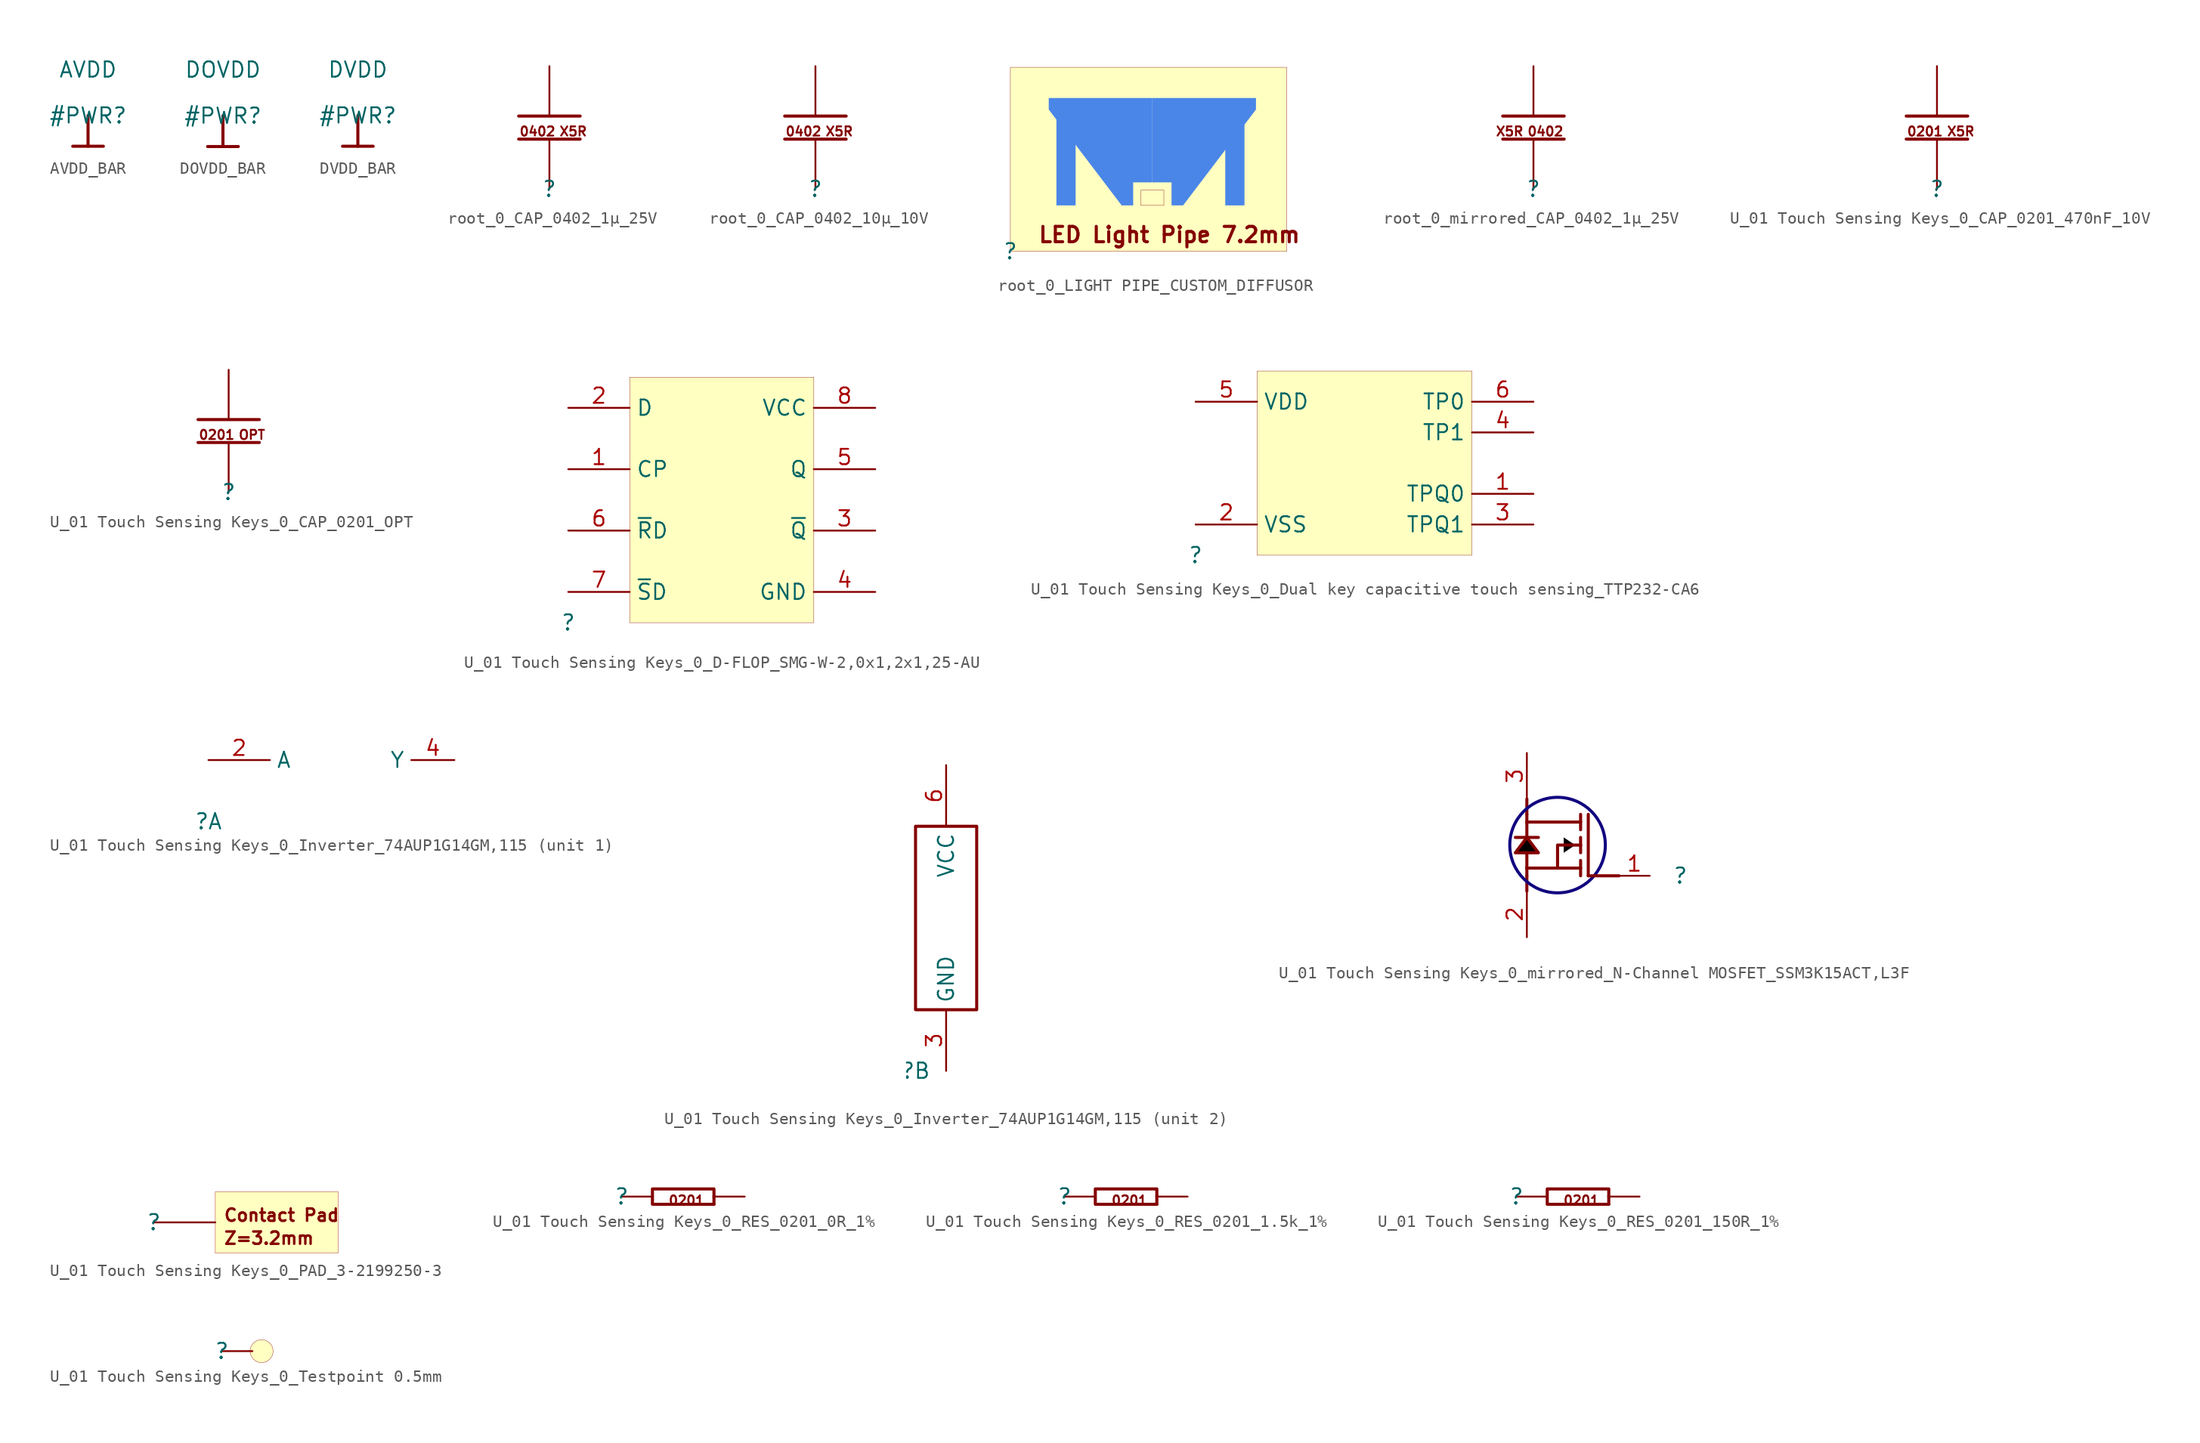
<source format=kicad_sym>
(kicad_symbol_lib
  (version 20231120)
  (generator "kicad_symbol_editor")
  (generator_version "8.0")
  (symbol "AVDD_BAR"
    (power)
    (property "Reference" "#PWR"
      (at 0 0 0)
      (effects (font (size 1.27 1.27))))
    (property "Value" "AVDD"
      (at 0 3.81 0)
      (effects (font (size 1.27 1.27))))
    (symbol "AVDD_BAR_0_0"
      (polyline (pts (xy -1.27 -2.54) (xy 1.27 -2.54)) (stroke (width 0.254) (type solid)) (fill (type none)))
      (polyline (pts (xy 0 0) (xy 0 -2.54)) (stroke (width 0.254) (type solid)) (fill (type none)))
      (pin power_in line (at 0 0 0) (length 0) hide (name "AVDD" (effects (font (size 1.27 1.27)))) (number "" (effects (font (size 1.27 1.27)))))))
  (symbol "DOVDD_BAR"
    (power)
    (property "Reference" "#PWR"
      (at 0 0 0)
      (effects (font (size 1.27 1.27))))
    (property "Value" "DOVDD"
      (at 0 3.81 0)
      (effects (font (size 1.27 1.27))))
    (symbol "DOVDD_BAR_0_0"
      (polyline (pts (xy -1.27 -2.54) (xy 1.27 -2.54)) (stroke (width 0.254) (type solid)) (fill (type none)))
      (polyline (pts (xy 0 0) (xy 0 -2.54)) (stroke (width 0.254) (type solid)) (fill (type none)))
      (pin power_in line (at 0 0 0) (length 0) hide (name "DOVDD" (effects (font (size 1.27 1.27)))) (number "" (effects (font (size 1.27 1.27)))))))
  (symbol "DVDD_BAR"
    (power)
    (property "Reference" "#PWR"
      (at 0 0 0)
      (effects (font (size 1.27 1.27))))
    (property "Value" "DVDD"
      (at 0 3.81 0)
      (effects (font (size 1.27 1.27))))
    (symbol "DVDD_BAR_0_0"
      (polyline (pts (xy -1.27 -2.54) (xy 1.27 -2.54)) (stroke (width 0.254) (type solid)) (fill (type none)))
      (polyline (pts (xy 0 0) (xy 0 -2.54)) (stroke (width 0.254) (type solid)) (fill (type none)))
      (pin power_in line (at 0 0 0) (length 0) hide (name "DVDD" (effects (font (size 1.27 1.27)))) (number "" (effects (font (size 1.27 1.27)))))))
  (symbol "root_0_CAP_0402_1µ_25V"
    (property "Reference" ""
      (at 0 0 0)
      (effects (font (size 1.27 1.27))))
    (property "Value" ""
      (at 0 0 0)
      (effects (font (size 1.27 1.27))))
    (symbol "root_0_CAP_0402_1µ_25V_1_0"
      (polyline (pts (xy -2.54 4.128) (xy 2.54 4.128)) (stroke (width 0.254) (type solid)) (fill (type none)))
      (polyline (pts (xy -2.54 6.033) (xy 2.54 6.033)) (stroke (width 0.254) (type solid)) (fill (type none)))
      (text "0402" (at -2.54 4.318 0) (effects (font (size 0.762 0.762)) (justify left bottom)))
      (text "X5R" (at 0.762 4.318 0) (effects (font (size 0.762 0.762)) (justify left bottom)))
      (pin passive line (at 0 10.16 270) (length 4.064) (name "1" (effects (font (size 0 0)))) (number "1" (effects (font (size 0 0)))))
      (pin passive line (at 0 0 90) (length 4.064) (name "2" (effects (font (size 0 0)))) (number "2" (effects (font (size 0 0)))))))
  (symbol "root_0_CAP_0402_10µ_10V"
    (property "Reference" ""
      (at 0 0 0)
      (effects (font (size 1.27 1.27))))
    (property "Value" ""
      (at 0 0 0)
      (effects (font (size 1.27 1.27))))
    (symbol "root_0_CAP_0402_10µ_10V_1_0"
      (polyline (pts (xy -2.54 4.128) (xy 2.54 4.128)) (stroke (width 0.254) (type solid)) (fill (type none)))
      (polyline (pts (xy -2.54 6.033) (xy 2.54 6.033)) (stroke (width 0.254) (type solid)) (fill (type none)))
      (text "0402" (at -2.54 4.318 0) (effects (font (size 0.762 0.762)) (justify left bottom)))
      (text "X5R" (at 0.762 4.318 0) (effects (font (size 0.762 0.762)) (justify left bottom)))
      (pin passive line (at 0 10.16 270) (length 4.064) (name "1" (effects (font (size 0 0)))) (number "1" (effects (font (size 0 0)))))
      (pin passive line (at 0 0 90) (length 4.064) (name "2" (effects (font (size 0 0)))) (number "2" (effects (font (size 0 0)))))))
  (symbol "root_0_LIGHT PIPE_CUSTOM_DIFFUSOR"
    (property "Reference" ""
      (at 0 0 0)
      (effects (font (size 1.27 1.27))))
    (property "Value" ""
      (at 0 0 0)
      (effects (font (size 1.27 1.27))))
    (symbol "root_0_LIGHT PIPE_CUSTOM_DIFFUSOR_1_0"
      (polyline (pts (xy 5.398 9.208) (xy 5.398 3.81) (xy 3.81 3.81) (xy 3.81 11.113) (xy 4.763 9.843) (xy 5.398 9.208)) (stroke (width -0.0001) (type solid) (color 74 134 232 1)) (fill (type outline)))
      (polyline (pts (xy 17.78 9.208) (xy 17.78 3.81) (xy 19.368 3.81) (xy 19.368 11.113) (xy 18.415 9.843) (xy 17.78 9.208)) (stroke (width -0.0001) (type solid) (color 74 134 232 1)) (fill (type outline)))
      (polyline (pts (xy 11.748 5.715) (xy 11.748 5.715) (xy 10.16 5.715) (xy 10.16 3.81) (xy 9.208 3.81) (xy 3.175 11.748) (xy 3.175 12.7) (xy 11.748 12.7) (xy 11.748 5.715) (xy 11.748 5.715) (xy 11.748 5.715)) (stroke (width -0.0001) (type solid) (color 74 134 232 1)) (fill (type outline)))
      (polyline (pts (xy 11.748 5.715) (xy 11.748 5.715) (xy 13.335 5.715) (xy 13.335 3.81) (xy 14.288 3.81) (xy 20.32 11.748) (xy 20.32 12.7) (xy 11.748 12.7) (xy 11.748 5.715) (xy 11.748 5.715) (xy 11.748 5.715)) (stroke (width -0.0001) (type solid) (color 74 134 232 1)) (fill (type outline)))
      (rectangle (start 12.7 5.08) (end 10.795 3.81) (stroke (width 0.025) (type solid) (color 128 0 0 1)) (fill (type color) (color 0 255 0 1)))
      (rectangle (start 22.86 15.24) (end 0 0) (stroke (width 0.025) (type solid) (color 128 0 0 1)) (fill (type background)))
      (text "LED Light Pipe 7.2mm" (at 2.223 0.635 0) (effects (font (size 1.27 1.27) (bold yes)) (justify left bottom)))))
  (symbol "root_0_mirrored_CAP_0402_1µ_25V"
    (property "Reference" ""
      (at 0 0 0)
      (effects (font (size 1.27 1.27))))
    (property "Value" ""
      (at 0 0 0)
      (effects (font (size 1.27 1.27))))
    (symbol "root_0_mirrored_CAP_0402_1µ_25V_1_0"
      (polyline (pts (xy 2.54 4.128) (xy -2.54 4.128)) (stroke (width 0.254) (type solid)) (fill (type none)))
      (polyline (pts (xy 2.54 6.033) (xy -2.54 6.033)) (stroke (width 0.254) (type solid)) (fill (type none)))
      (text "0402" (at 2.54 4.318 0) (effects (font (size 0.762 0.762)) (justify right bottom)))
      (text "X5R" (at -0.762 4.318 0) (effects (font (size 0.762 0.762)) (justify right bottom)))
      (pin passive line (at 0 10.16 270) (length 4.064) (name "1" (effects (font (size 0 0)))) (number "1" (effects (font (size 0 0)))))
      (pin passive line (at 0 0 90) (length 4.064) (name "2" (effects (font (size 0 0)))) (number "2" (effects (font (size 0 0)))))))
  (symbol "U_01 Touch Sensing Keys_0_CAP_0201_470nF_10V"
    (property "Reference" ""
      (at 0 0 0)
      (effects (font (size 1.27 1.27))))
    (property "Value" ""
      (at 0 0 0)
      (effects (font (size 1.27 1.27))))
    (symbol "U_01 Touch Sensing Keys_0_CAP_0201_470nF_10V_1_0"
      (polyline (pts (xy -2.54 4.128) (xy 2.54 4.128)) (stroke (width 0.254) (type solid)) (fill (type none)))
      (polyline (pts (xy -2.54 6.033) (xy 2.54 6.033)) (stroke (width 0.254) (type solid)) (fill (type none)))
      (text "0201" (at -2.54 4.318 0) (effects (font (size 0.762 0.762)) (justify left bottom)))
      (text "X5R" (at 0.762 4.318 0) (effects (font (size 0.762 0.762)) (justify left bottom)))
      (pin passive line (at 0 10.16 270) (length 4.064) (name "1" (effects (font (size 0 0)))) (number "1" (effects (font (size 0 0)))))
      (pin passive line (at 0 0 90) (length 4.064) (name "2" (effects (font (size 0 0)))) (number "2" (effects (font (size 0 0)))))))
  (symbol "U_01 Touch Sensing Keys_0_CAP_0201_OPT"
    (property "Reference" ""
      (at 0 0 0)
      (effects (font (size 1.27 1.27))))
    (property "Value" ""
      (at 0 0 0)
      (effects (font (size 1.27 1.27))))
    (symbol "U_01 Touch Sensing Keys_0_CAP_0201_OPT_1_0"
      (polyline (pts (xy -2.54 4.128) (xy 2.54 4.128)) (stroke (width 0.254) (type solid)) (fill (type none)))
      (polyline (pts (xy -2.54 6.033) (xy 2.54 6.033)) (stroke (width 0.254) (type solid)) (fill (type none)))
      (text "0201" (at -2.54 4.318 0) (effects (font (size 0.762 0.762)) (justify left bottom)))
      (text "OPT" (at 0.762 4.318 0) (effects (font (size 0.762 0.762)) (justify left bottom)))
      (pin passive line (at 0 10.16 270) (length 4.064) (name "1" (effects (font (size 0 0)))) (number "1" (effects (font (size 0 0)))))
      (pin passive line (at 0 0 90) (length 4.064) (name "2" (effects (font (size 0 0)))) (number "2" (effects (font (size 0 0)))))))
  (symbol "U_01 Touch Sensing Keys_0_D-FLOP_SMG-W-2,0x1,2x1,25-AU"
    (property "Reference" ""
      (at 0 0 0)
      (effects (font (size 1.27 1.27))))
    (property "Value" ""
      (at 0 0 0)
      (effects (font (size 1.27 1.27))))
    (symbol "U_01 Touch Sensing Keys_0_D-FLOP_SMG-W-2,0x1,2x1,25-AU_1_0"
      (rectangle (start 20.32 20.32) (end 5.08 0) (stroke (width 0.025) (type solid) (color 128 0 0 1)) (fill (type background)))
      (pin passive line (at 0 12.7 0) (length 5.08) (name "CP" (effects (font (size 1.27 1.27)))) (number "1" (effects (font (size 1.27 1.27)))))
      (pin passive line (at 0 17.78 0) (length 5.08) (name "D" (effects (font (size 1.27 1.27)))) (number "2" (effects (font (size 1.27 1.27)))))
      (pin passive line (at 25.4 7.62 180) (length 5.08) (name "~{Q}" (effects (font (size 1.27 1.27)))) (number "3" (effects (font (size 1.27 1.27)))))
      (pin passive line (at 25.4 2.54 180) (length 5.08) (name "GND" (effects (font (size 1.27 1.27)))) (number "4" (effects (font (size 1.27 1.27)))))
      (pin passive line (at 25.4 12.7 180) (length 5.08) (name "Q" (effects (font (size 1.27 1.27)))) (number "5" (effects (font (size 1.27 1.27)))))
      (pin passive line (at 0 7.62 0) (length 5.08) (name "~{R}D" (effects (font (size 1.27 1.27)))) (number "6" (effects (font (size 1.27 1.27)))))
      (pin passive line (at 0 2.54 0) (length 5.08) (name "~{S}D" (effects (font (size 1.27 1.27)))) (number "7" (effects (font (size 1.27 1.27)))))
      (pin passive line (at 25.4 17.78 180) (length 5.08) (name "VCC" (effects (font (size 1.27 1.27)))) (number "8" (effects (font (size 1.27 1.27)))))))
  (symbol "U_01 Touch Sensing Keys_0_Dual key capacitive touch sensing_TTP232-CA6"
    (property "Reference" ""
      (at 0 0 0)
      (effects (font (size 1.27 1.27))))
    (property "Value" ""
      (at 0 0 0)
      (effects (font (size 1.27 1.27))))
    (symbol "U_01 Touch Sensing Keys_0_Dual key capacitive touch sensing_TTP232-CA6_1_0"
      (rectangle (start 22.86 15.24) (end 5.08 0) (stroke (width 0.025) (type solid) (color 128 0 0 1)) (fill (type background)))
      (pin output line (at 27.94 5.08 180) (length 5.08) (name "TPQ0" (effects (font (size 1.27 1.27)))) (number "1" (effects (font (size 1.27 1.27)))))
      (pin passive line (at 0 2.54 0) (length 5.08) (name "VSS" (effects (font (size 1.27 1.27)))) (number "2" (effects (font (size 1.27 1.27)))))
      (pin output line (at 27.94 2.54 180) (length 5.08) (name "TPQ1" (effects (font (size 1.27 1.27)))) (number "3" (effects (font (size 1.27 1.27)))))
      (pin passive line (at 27.94 10.16 180) (length 5.08) (name "TP1" (effects (font (size 1.27 1.27)))) (number "4" (effects (font (size 1.27 1.27)))))
      (pin passive line (at 0 12.7 0) (length 5.08) (name "VDD" (effects (font (size 1.27 1.27)))) (number "5" (effects (font (size 1.27 1.27)))))
      (pin passive line (at 27.94 12.7 180) (length 5.08) (name "TP0" (effects (font (size 1.27 1.27)))) (number "6" (effects (font (size 1.27 1.27)))))))
  (symbol "U_01 Touch Sensing Keys_0_Inverter_74AUP1G14GM,115"
    (property "Reference" ""
      (at 0 0 0)
      (effects (font (size 1.27 1.27))))
    (property "Value" ""
      (at 0 0 0)
      (effects (font (size 1.27 1.27))))
    (symbol "U_01 Touch Sensing Keys_0_Inverter_74AUP1G14GM,115_1_0"
      (pin passive line (at 0 5.08 0) (length 5.08) (name "A" (effects (font (size 1.27 1.27)))) (number "2" (effects (font (size 1.27 1.27)))))
      (pin passive line (at 20.32 5.08 180) (length 3.556) (name "Y" (effects (font (size 1.27 1.27)))) (number "4" (effects (font (size 1.27 1.27))))))
    (symbol "U_01 Touch Sensing Keys_0_Inverter_74AUP1G14GM,115_2_0"
      (polyline (pts (xy 0 20.32) (xy 0 5.08) (xy 5.08 5.08) (xy 5.08 20.32) (xy 0 20.32)) (stroke (width 0.254) (type solid)) (fill (type none)))
      (pin passive line (at 2.54 0 90) (length 5.08) (name "GND" (effects (font (size 1.27 1.27)))) (number "3" (effects (font (size 1.27 1.27)))))
      (pin passive line (at 2.54 25.4 270) (length 5.08) (name "VCC" (effects (font (size 1.27 1.27)))) (number "6" (effects (font (size 1.27 1.27)))))))
  (symbol "U_01 Touch Sensing Keys_0_mirrored_N-Channel MOSFET_SSM3K15ACT,L3F"
    (property "Reference" ""
      (at 0 0 0)
      (effects (font (size 1.27 1.27))))
    (property "Value" ""
      (at 0 0 0)
      (effects (font (size 1.27 1.27))))
    (symbol "U_01 Touch Sensing Keys_0_mirrored_N-Channel MOSFET_SSM3K15ACT,L3F_1_0"
      (circle (center -10.16 2.54) (radius 3.952) (stroke (width 0.254) (type solid) (color 17 3 127 1)) (fill (type none)))
      (polyline (pts (xy -12.7 0) (xy -12.7 -1.27)) (stroke (width 0.254) (type solid)) (fill (type none)))
      (polyline (pts (xy -12.7 0.635) (xy -12.7 0)) (stroke (width 0.254) (type solid)) (fill (type none)))
      (polyline (pts (xy -12.7 0.635) (xy -12.7 1.905)) (stroke (width 0.254) (type solid)) (fill (type none)))
      (polyline (pts (xy -12.7 3.175) (xy -13.652 3.175)) (stroke (width 0.254) (type solid)) (fill (type none)))
      (polyline (pts (xy -12.7 3.175) (xy -11.747 3.175)) (stroke (width 0.254) (type solid)) (fill (type none)))
      (polyline (pts (xy -12.7 4.445) (xy -12.7 3.175)) (stroke (width 0.254) (type solid)) (fill (type none)))
      (polyline (pts (xy -12.7 4.445) (xy -12.7 5.08)) (stroke (width 0.254) (type solid)) (fill (type none)))
      (polyline (pts (xy -12.7 5.08) (xy -12.7 6.35)) (stroke (width 0.254) (type solid)) (fill (type none)))
      (polyline (pts (xy -10.16 0.635) (xy -12.7 0.635)) (stroke (width 0.254) (type solid)) (fill (type none)))
      (polyline (pts (xy -8.255 0.635) (xy -8.255 0)) (stroke (width 0.254) (type solid)) (fill (type none)))
      (polyline (pts (xy -8.255 0.635) (xy -8.255 1.27)) (stroke (width 0.254) (type solid)) (fill (type none)))
      (polyline (pts (xy -8.255 2.54) (xy -8.255 1.905)) (stroke (width 0.254) (type solid)) (fill (type none)))
      (polyline (pts (xy -8.255 2.54) (xy -8.255 3.175)) (stroke (width 0.254) (type solid)) (fill (type none)))
      (polyline (pts (xy -8.255 4.445) (xy -12.7 4.445)) (stroke (width 0.254) (type solid)) (fill (type none)))
      (polyline (pts (xy -8.255 4.445) (xy -8.255 3.81)) (stroke (width 0.254) (type solid)) (fill (type none)))
      (polyline (pts (xy -8.255 4.445) (xy -8.255 5.08)) (stroke (width 0.254) (type solid)) (fill (type none)))
      (polyline (pts (xy -7.62 0) (xy -7.62 5.08)) (stroke (width 0.254) (type solid)) (fill (type none)))
      (polyline (pts (xy -5.08 0) (xy -7.62 0)) (stroke (width 0.254) (type solid)) (fill (type none)))
      (polyline (pts (xy -12.7 1.905) (xy -13.652 1.905) (xy -12.7 3.175)) (stroke (width 0.254) (type solid)) (fill (type none)))
      (polyline (pts (xy -12.7 1.905) (xy -11.747 1.905) (xy -12.7 3.175)) (stroke (width 0.254) (type solid)) (fill (type none)))
      (polyline (pts (xy -13.652 1.905) (xy -11.747 1.905) (xy -12.7 3.175) (xy -13.652 1.905)) (stroke (width -0.0001) (type solid) (color 0 0 0 1)) (fill (type outline)))
      (polyline (pts (xy -8.255 2.54) (xy -10.16 2.54) (xy -10.16 0.635) (xy -8.255 0.635)) (stroke (width 0.254) (type solid)) (fill (type none)))
      (polyline (pts (xy -9.652 2.54) (xy -9.652 1.905) (xy -8.699 2.54) (xy -9.652 3.175) (xy -9.652 2.54)) (stroke (width -0.0001) (type solid) (color 0 0 0 1)) (fill (type outline)))
      (pin passive line (at -2.54 0 180) (length 2.54) (name "G" (effects (font (size 0 0)))) (number "1" (effects (font (size 1.27 1.27)))))
      (pin passive line (at -12.7 -5.08 90) (length 3.81) (name "S" (effects (font (size 0 0)))) (number "2" (effects (font (size 1.27 1.27)))))
      (pin passive line (at -12.7 10.16 270) (length 3.81) (name "D" (effects (font (size 0 0)))) (number "3" (effects (font (size 1.27 1.27)))))))
  (symbol "U_01 Touch Sensing Keys_0_PAD_3-2199250-3"
    (property "Reference" ""
      (at 0 0 0)
      (effects (font (size 1.27 1.27))))
    (property "Value" ""
      (at 0 0 0)
      (effects (font (size 1.27 1.27))))
    (symbol "U_01 Touch Sensing Keys_0_PAD_3-2199250-3_1_0"
      (rectangle (start 15.24 2.54) (end 5.08 -2.54) (stroke (width 0.025) (type solid) (color 152 0 0 1)) (fill (type background)))
      (text "Contact Pad" (at 5.715 0 0) (effects (font (size 1.016 1.016) (bold yes)) (justify left bottom)))
      (text "Z=3.2mm" (at 5.715 -1.905 0) (effects (font (size 1.016 1.016) (bold yes)) (justify left bottom)))
      (pin passive line (at 0 0 0) (length 5.08) (name "1" (effects (font (size 0 0)))) (number "1" (effects (font (size 0 0)))))))
  (symbol "U_01 Touch Sensing Keys_0_RES_0201_0R_1%"
    (property "Reference" ""
      (at 0 0 0)
      (effects (font (size 1.27 1.27))))
    (property "Value" ""
      (at 0 0 0)
      (effects (font (size 1.27 1.27))))
    (symbol "U_01 Touch Sensing Keys_0_RES_0201_0R_1%_1_0"
      (polyline (pts (xy 7.62 -0.635) (xy 7.62 0)) (stroke (width 0.254) (type solid)) (fill (type none)))
      (polyline (pts (xy 7.62 0) (xy 7.62 0.635) (xy 2.54 0.635) (xy 2.54 -0.635) (xy 7.62 -0.635)) (stroke (width 0.254) (type solid)) (fill (type none)))
      (text "0201" (at 3.81 -0.762 0) (effects (font (size 0.762 0.762)) (justify left bottom)))
      (pin passive line (at 0 0 0) (length 2.54) (name "1" (effects (font (size 0 0)))) (number "1" (effects (font (size 0 0)))))
      (pin passive line (at 10.16 0 180) (length 2.54) (name "2" (effects (font (size 0 0)))) (number "2" (effects (font (size 0 0)))))))
  (symbol "U_01 Touch Sensing Keys_0_RES_0201_1.5k_1%"
    (property "Reference" ""
      (at 0 0 0)
      (effects (font (size 1.27 1.27))))
    (property "Value" ""
      (at 0 0 0)
      (effects (font (size 1.27 1.27))))
    (symbol "U_01 Touch Sensing Keys_0_RES_0201_1.5k_1%_1_0"
      (polyline (pts (xy 7.62 -0.635) (xy 7.62 0)) (stroke (width 0.254) (type solid)) (fill (type none)))
      (polyline (pts (xy 7.62 0) (xy 7.62 0.635) (xy 2.54 0.635) (xy 2.54 -0.635) (xy 7.62 -0.635)) (stroke (width 0.254) (type solid)) (fill (type none)))
      (text "0201" (at 3.81 -0.762 0) (effects (font (size 0.762 0.762)) (justify left bottom)))
      (pin passive line (at 0 0 0) (length 2.54) (name "1" (effects (font (size 0 0)))) (number "1" (effects (font (size 0 0)))))
      (pin passive line (at 10.16 0 180) (length 2.54) (name "2" (effects (font (size 0 0)))) (number "2" (effects (font (size 0 0)))))))
  (symbol "U_01 Touch Sensing Keys_0_RES_0201_150R_1%"
    (property "Reference" ""
      (at 0 0 0)
      (effects (font (size 1.27 1.27))))
    (property "Value" ""
      (at 0 0 0)
      (effects (font (size 1.27 1.27))))
    (symbol "U_01 Touch Sensing Keys_0_RES_0201_150R_1%_1_0"
      (polyline (pts (xy 7.62 -0.635) (xy 7.62 0)) (stroke (width 0.254) (type solid)) (fill (type none)))
      (polyline (pts (xy 7.62 0) (xy 7.62 0.635) (xy 2.54 0.635) (xy 2.54 -0.635) (xy 7.62 -0.635)) (stroke (width 0.254) (type solid)) (fill (type none)))
      (text "0201" (at 3.81 -0.762 0) (effects (font (size 0.762 0.762)) (justify left bottom)))
      (pin passive line (at 0 0 0) (length 2.54) (name "1" (effects (font (size 0 0)))) (number "1" (effects (font (size 0 0)))))
      (pin passive line (at 10.16 0 180) (length 2.54) (name "2" (effects (font (size 0 0)))) (number "2" (effects (font (size 0 0)))))))
  (symbol "U_01 Touch Sensing Keys_0_Testpoint 0.5mm"
    (property "Reference" ""
      (at 0 0 0)
      (effects (font (size 1.27 1.27))))
    (property "Value" ""
      (at 0 0 0)
      (effects (font (size 1.27 1.27))))
    (symbol "U_01 Touch Sensing Keys_0_Testpoint 0.5mm_1_0"
      (circle (center 3.302 0) (radius 0.953) (stroke (width 0.025) (type solid)) (fill (type background)))
      (pin passive line (at 0 0 0) (length 2.54) (name "TP" (effects (font (size 0 0)))) (number "TP" (effects (font (size 0 0))))))))
</source>
